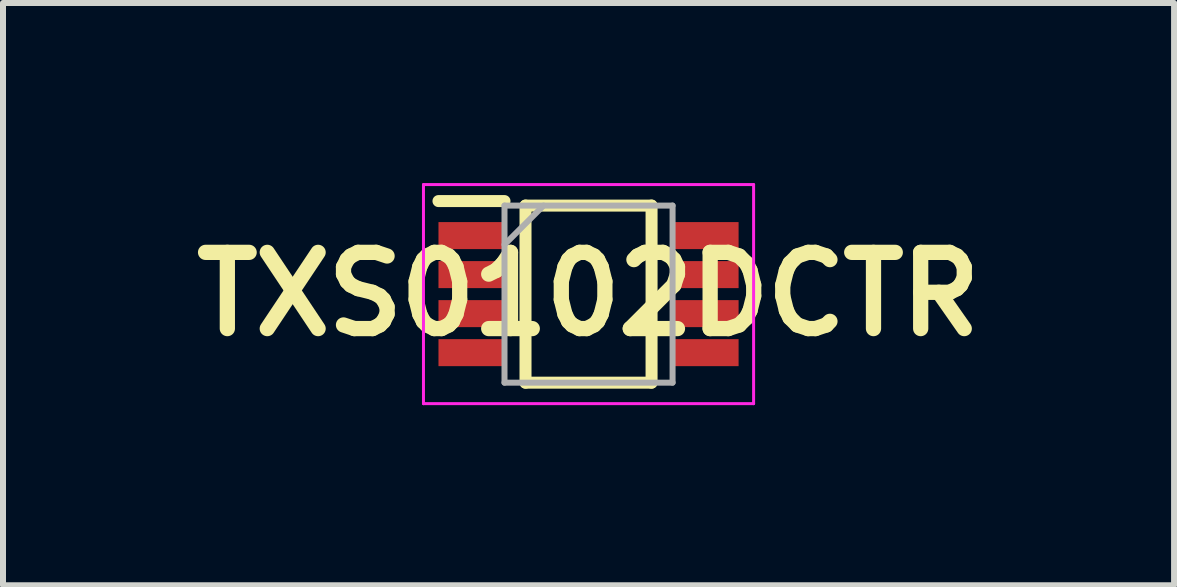
<source format=kicad_pcb>
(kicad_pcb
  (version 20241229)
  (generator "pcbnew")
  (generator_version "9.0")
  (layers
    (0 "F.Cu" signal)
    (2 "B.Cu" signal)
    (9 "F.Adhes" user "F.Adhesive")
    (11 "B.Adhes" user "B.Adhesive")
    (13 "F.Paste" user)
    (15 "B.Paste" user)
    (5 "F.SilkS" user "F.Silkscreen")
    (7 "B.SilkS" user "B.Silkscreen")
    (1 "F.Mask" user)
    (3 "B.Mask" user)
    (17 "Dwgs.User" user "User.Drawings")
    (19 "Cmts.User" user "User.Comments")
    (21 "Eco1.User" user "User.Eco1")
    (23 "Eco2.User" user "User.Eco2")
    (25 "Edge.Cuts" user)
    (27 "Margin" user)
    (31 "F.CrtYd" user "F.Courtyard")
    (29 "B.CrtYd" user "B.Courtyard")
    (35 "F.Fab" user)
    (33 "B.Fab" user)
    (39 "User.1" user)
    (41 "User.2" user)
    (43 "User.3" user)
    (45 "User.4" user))
  (footprint "TXS0102DCTR"
    (layer "F.Cu")
    (at 6.755 1.85)
    (property "Reference" "TXS0102DCTR" (at 0 0 0) (layer "F.SilkS") (effects (font (size 1.27 1.27) (thickness 0.254))))
    (attr smd)
    (fp_line (start -2.5 -1.55) (end -1.4 -1.55) (stroke (width 0.2) (type solid)) (layer "F.SilkS"))
    (fp_line (start -1.05 -1.475) (end 1.05 -1.475) (stroke (width 0.2) (type solid)) (layer "F.SilkS"))
    (fp_line (start -1.05 1.475) (end -1.05 -1.475) (stroke (width 0.2) (type solid)) (layer "F.SilkS"))
    (fp_line (start 1.05 -1.475) (end 1.05 1.475) (stroke (width 0.2) (type solid)) (layer "F.SilkS"))
    (fp_line (start 1.05 1.475) (end -1.05 1.475) (stroke (width 0.2) (type solid)) (layer "F.SilkS"))
    (fp_line (start -2.75 -1.825) (end 2.75 -1.825) (stroke (width 0.05) (type solid)) (layer "F.CrtYd"))
    (fp_line (start -2.75 1.825) (end -2.75 -1.825) (stroke (width 0.05) (type solid)) (layer "F.CrtYd"))
    (fp_line (start 2.75 -1.825) (end 2.75 1.825) (stroke (width 0.05) (type solid)) (layer "F.CrtYd"))
    (fp_line (start 2.75 1.825) (end -2.75 1.825) (stroke (width 0.05) (type solid)) (layer "F.CrtYd"))
    (fp_line (start -1.4 -1.475) (end 1.4 -1.475) (stroke (width 0.1) (type solid)) (layer "F.Fab"))
    (fp_line (start -1.4 -0.825) (end -0.75 -1.475) (stroke (width 0.1) (type solid)) (layer "F.Fab"))
    (fp_line (start -1.4 1.475) (end -1.4 -1.475) (stroke (width 0.1) (type solid)) (layer "F.Fab"))
    (fp_line (start 1.4 -1.475) (end 1.4 1.475) (stroke (width 0.1) (type solid)) (layer "F.Fab"))
    (fp_line (start 1.4 1.475) (end -1.4 1.475) (stroke (width 0.1) (type solid)) (layer "F.Fab"))
    (pad "1" smd rect (at -1.95 -0.975 90) (size 0.45 1.1) (layers "F.Cu" "F.Mask" "F.Paste"))
    (pad "2" smd rect (at -1.95 -0.325 90) (size 0.45 1.1) (layers "F.Cu" "F.Mask" "F.Paste"))
    (pad "3" smd rect (at -1.95 0.325 90) (size 0.45 1.1) (layers "F.Cu" "F.Mask" "F.Paste"))
    (pad "4" smd rect (at -1.95 0.975 90) (size 0.45 1.1) (layers "F.Cu" "F.Mask" "F.Paste"))
    (pad "5" smd rect (at 1.95 0.975 90) (size 0.45 1.1) (layers "F.Cu" "F.Mask" "F.Paste"))
    (pad "6" smd rect (at 1.95 0.325 90) (size 0.45 1.1) (layers "F.Cu" "F.Mask" "F.Paste"))
    (pad "7" smd rect (at 1.95 -0.325 90) (size 0.45 1.1) (layers "F.Cu" "F.Mask" "F.Paste"))
    (pad "8" smd rect (at 1.95 -0.975 90) (size 0.45 1.1) (layers "F.Cu" "F.Mask" "F.Paste")))
  (gr_rect
    (start -3 -3)
    (end 16.51 6.7)
    (stroke (width 0.1) (type default))
    (fill no)
    (layer "Edge.Cuts")))
</source>
